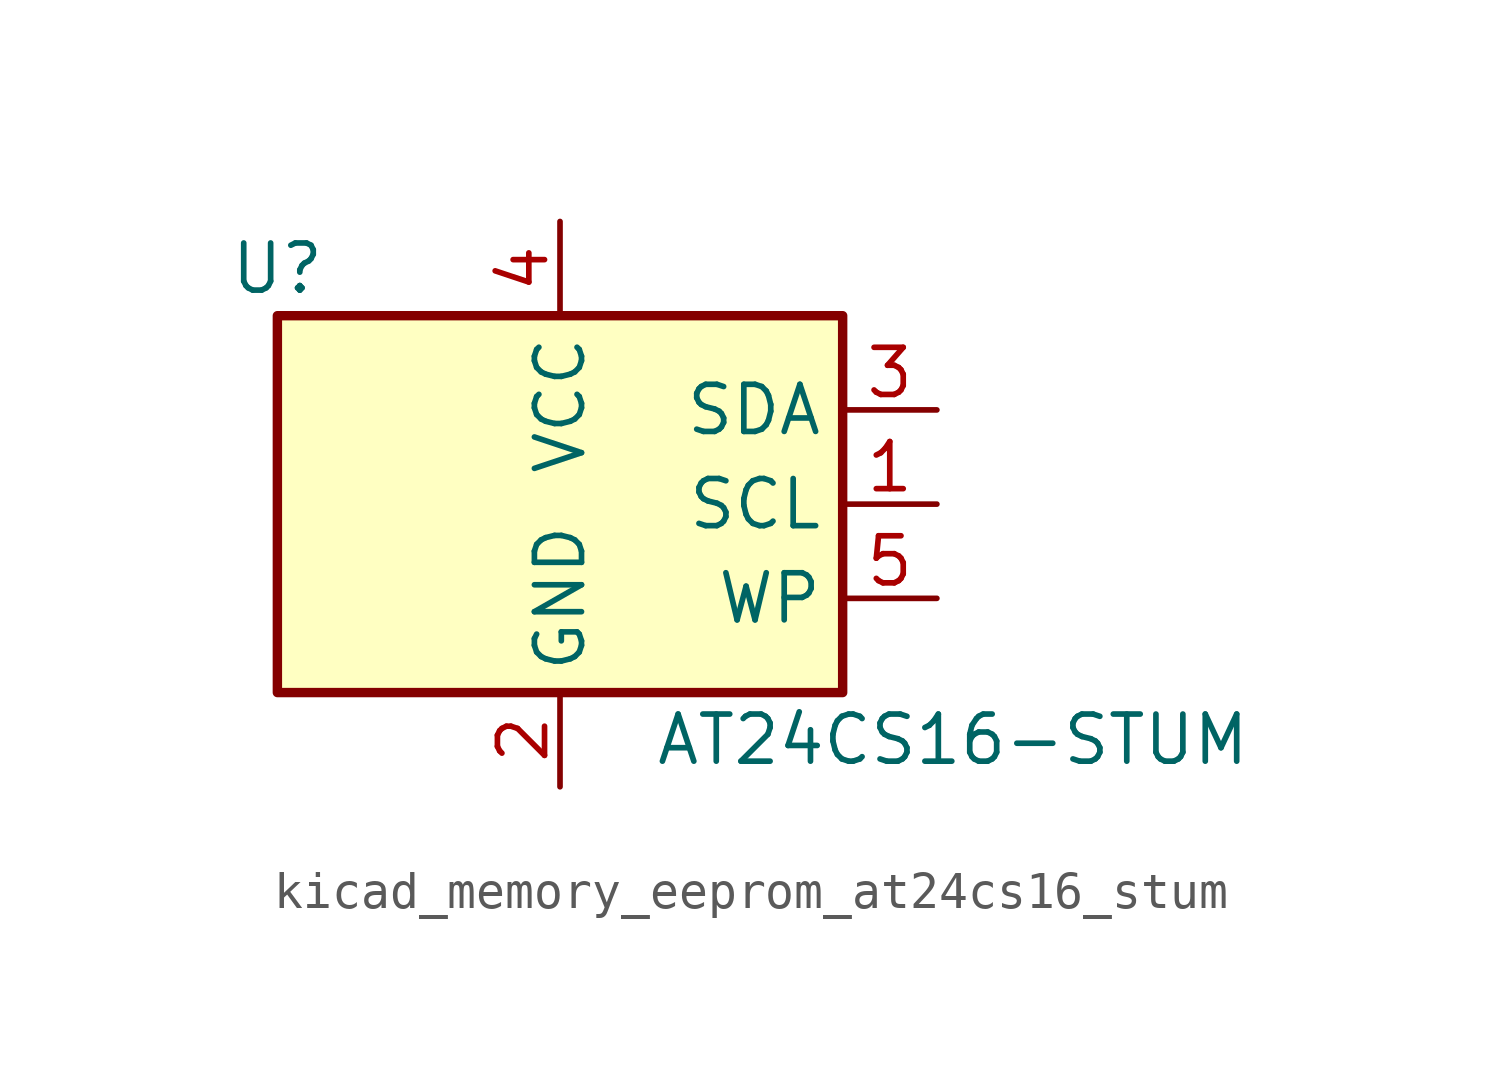
<source format=kicad_sym>
(kicad_symbol_lib
  (version 20220914)
  (generator kicad_symbol_editor)
  (symbol "kicad_memory_eeprom_at24cs16_stum"
    (property "Reference" "U"
      (at -7.62 6.35 0)
      (effects (font (size 1.27 1.27))))
    (property "Value" "AT24CS16-STUM"
      (at 2.54 -6.35 0)
      (effects (font (size 1.27 1.27)) (justify left)))
    (symbol "kicad_memory_eeprom_at24cs16_stum_1_1"
      (rectangle (start -7.62 5.08) (end 7.62 -5.08) (stroke (width 0.254) (type default)) (fill (type background)))
      (pin input line (at 10.16 0 180) (length 2.54) (name "SCL" (effects (font (size 1.27 1.27)))) (number "1" (effects (font (size 1.27 1.27)))))
      (pin power_in line (at 0 -7.62 90) (length 2.54) (name "GND" (effects (font (size 1.27 1.27)))) (number "2" (effects (font (size 1.27 1.27)))))
      (pin bidirectional line (at 10.16 2.54 180) (length 2.54) (name "SDA" (effects (font (size 1.27 1.27)))) (number "3" (effects (font (size 1.27 1.27)))))
      (pin power_in line (at 0 7.62 270) (length 2.54) (name "VCC" (effects (font (size 1.27 1.27)))) (number "4" (effects (font (size 1.27 1.27)))))
      (pin input line (at 10.16 -2.54 180) (length 2.54) (name "WP" (effects (font (size 1.27 1.27)))) (number "5" (effects (font (size 1.27 1.27))))))))
</source>
